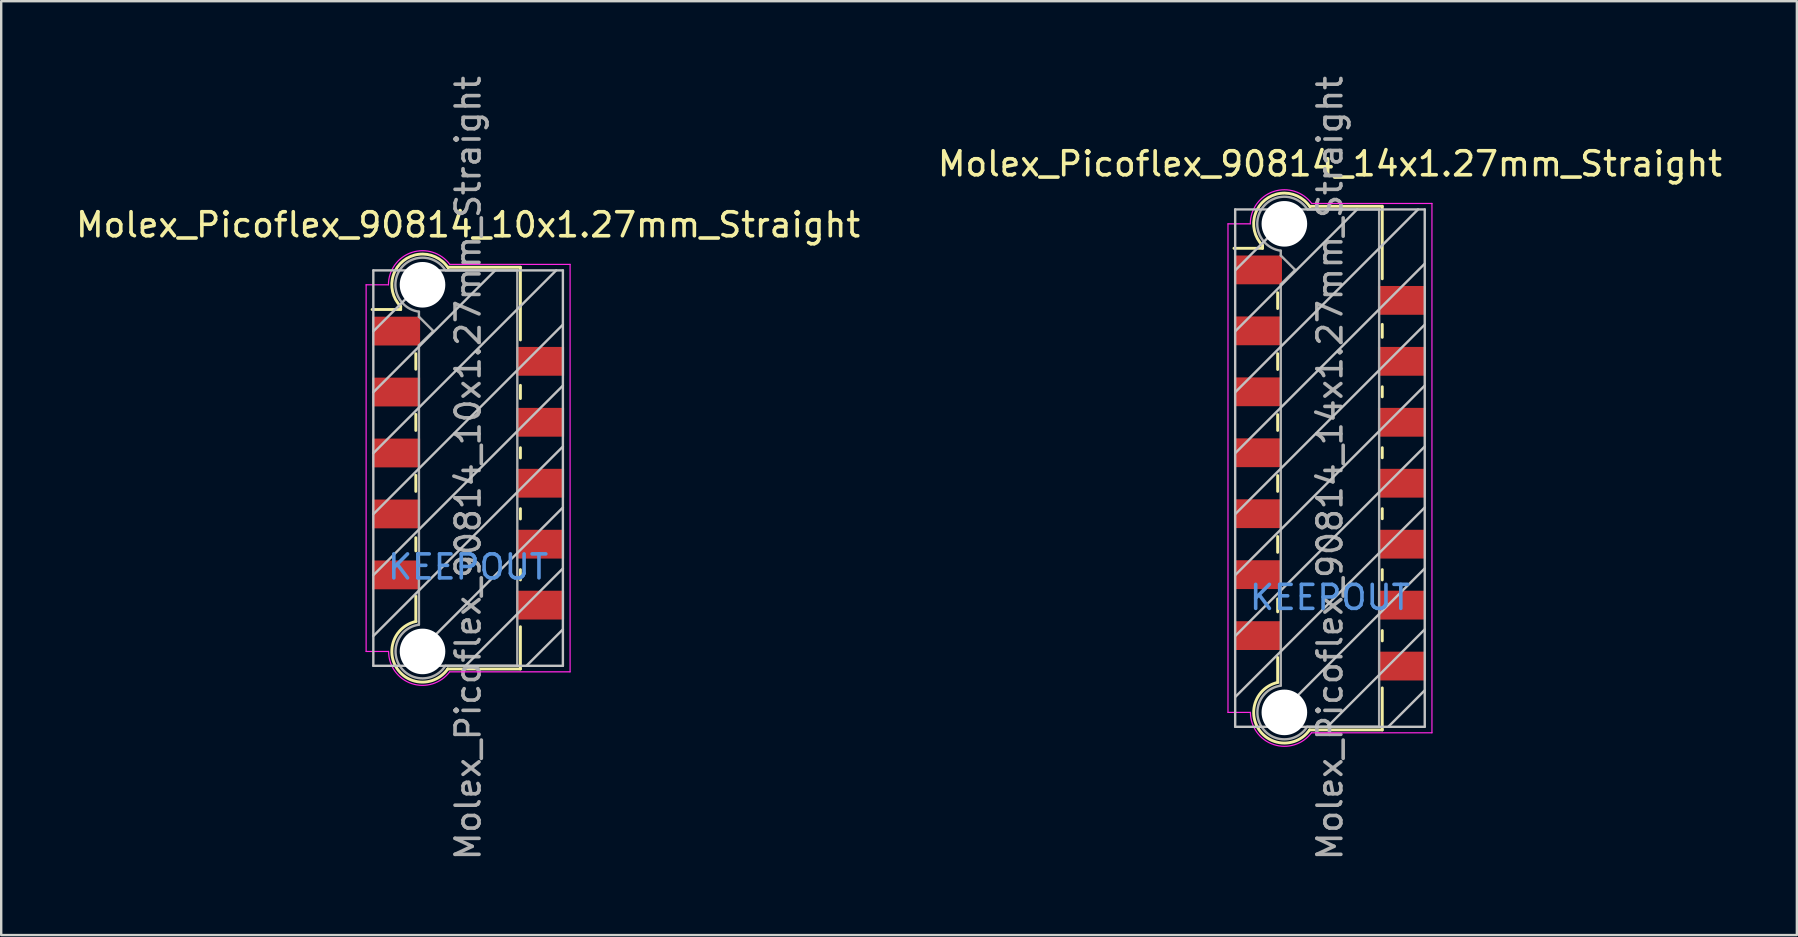
<source format=kicad_pcb>
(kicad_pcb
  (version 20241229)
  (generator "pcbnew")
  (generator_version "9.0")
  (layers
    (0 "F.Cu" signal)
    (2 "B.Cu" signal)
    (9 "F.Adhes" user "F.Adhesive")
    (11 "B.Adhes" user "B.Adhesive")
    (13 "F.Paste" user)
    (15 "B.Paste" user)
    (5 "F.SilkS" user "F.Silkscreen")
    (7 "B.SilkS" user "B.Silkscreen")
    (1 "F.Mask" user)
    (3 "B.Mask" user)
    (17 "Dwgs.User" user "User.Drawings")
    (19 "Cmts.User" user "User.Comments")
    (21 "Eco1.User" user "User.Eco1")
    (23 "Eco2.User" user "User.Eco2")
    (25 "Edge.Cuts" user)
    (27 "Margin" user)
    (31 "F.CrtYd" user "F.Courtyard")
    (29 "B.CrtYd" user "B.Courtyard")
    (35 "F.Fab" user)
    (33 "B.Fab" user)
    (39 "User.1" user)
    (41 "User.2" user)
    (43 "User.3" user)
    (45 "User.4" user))
  (footprint "Molex_Picoflex_90814_14x1.27mm_Straight"
    (layer "F.Cu")
    (at 52.375 16.458)
    (property "Reference" "Molex_Picoflex_90814_14x1.27mm_Straight" (at 0 -12.68 0) (layer "F.SilkS") (effects (font (size 1 1) (thickness 0.15))))
    (attr smd)
    (fp_line (start -2.81 -9.28) (end -2.81 -9.16) (stroke (width 0.12) (type solid)) (layer "F.SilkS"))
    (fp_line (start -2.81 -9.16) (end -4 -9.16) (stroke (width 0.12) (type solid)) (layer "F.SilkS"))
    (fp_line (start -2.18 -6.65) (end -2.18 -7.31) (stroke (width 0.12) (type solid)) (layer "F.SilkS"))
    (fp_line (start -2.18 -4.11) (end -2.18 -4.77) (stroke (width 0.12) (type solid)) (layer "F.SilkS"))
    (fp_line (start -2.18 -1.57) (end -2.18 -2.23) (stroke (width 0.12) (type solid)) (layer "F.SilkS"))
    (fp_line (start -2.18 0.97) (end -2.18 0.31) (stroke (width 0.12) (type solid)) (layer "F.SilkS"))
    (fp_line (start -2.18 3.51) (end -2.18 2.85) (stroke (width 0.12) (type solid)) (layer "F.SilkS"))
    (fp_line (start -2.18 5.99) (end -2.18 5.45) (stroke (width 0.12) (type solid)) (layer "F.SilkS"))
    (fp_line (start -2.18 8.93) (end -2.18 7.89) (stroke (width 0.12) (type solid)) (layer "F.SilkS"))
    (fp_line (start 2.18 -10.91) (end -0.82 -10.91) (stroke (width 0.12) (type solid)) (layer "F.SilkS"))
    (fp_line (start 2.18 -10.91) (end 2.18 -7.89) (stroke (width 0.12) (type solid)) (layer "F.SilkS"))
    (fp_line (start 2.18 -5.99) (end 2.18 -5.45) (stroke (width 0.12) (type solid)) (layer "F.SilkS"))
    (fp_line (start 2.18 -3.39) (end 2.18 -2.97) (stroke (width 0.12) (type solid)) (layer "F.SilkS"))
    (fp_line (start 2.18 -0.85) (end 2.18 -0.43) (stroke (width 0.12) (type solid)) (layer "F.SilkS"))
    (fp_line (start 2.18 1.69) (end 2.18 2.11) (stroke (width 0.12) (type solid)) (layer "F.SilkS"))
    (fp_line (start 2.18 4.23) (end 2.18 4.66) (stroke (width 0.12) (type solid)) (layer "F.SilkS"))
    (fp_line (start 2.18 6.77) (end 2.18 7.2) (stroke (width 0.12) (type solid)) (layer "F.SilkS"))
    (fp_line (start 2.18 9.16) (end 2.18 10.91) (stroke (width 0.12) (type solid)) (layer "F.SilkS"))
    (fp_line (start 2.18 10.91) (end -0.85 10.91) (stroke (width 0.12) (type solid)) (layer "F.SilkS"))
    (fp_arc (start -2.81 -9.28) (mid -2.708637 -11.172072) (end -0.834991 -10.889828) (stroke (width 0.12) (type solid)) (layer "F.SilkS"))
    (fp_arc (start -0.85 10.91) (mid -2.962791 10.891248) (end -2.174424 8.930964) (stroke (width 0.12) (type solid)) (layer "F.SilkS"))
    (fp_line (start -3.95 -10.78) (end -3.95 10.78) (stroke (width 0.1) (type solid)) (layer "Dwgs.User"))
    (fp_line (start -3.95 -8.24) (end -1.41 -10.78) (stroke (width 0.1) (type solid)) (layer "Dwgs.User"))
    (fp_line (start -3.95 -5.7) (end 1.13 -10.78) (stroke (width 0.1) (type solid)) (layer "Dwgs.User"))
    (fp_line (start -3.95 -3.16) (end 3.67 -10.78) (stroke (width 0.1) (type solid)) (layer "Dwgs.User"))
    (fp_line (start -3.95 -0.62) (end 3.95 -8.52) (stroke (width 0.1) (type solid)) (layer "Dwgs.User"))
    (fp_line (start -3.95 1.92) (end 3.95 -5.98) (stroke (width 0.1) (type solid)) (layer "Dwgs.User"))
    (fp_line (start -3.95 4.46) (end 3.95 -3.44) (stroke (width 0.1) (type solid)) (layer "Dwgs.User"))
    (fp_line (start -3.95 7) (end 3.95 -0.9) (stroke (width 0.1) (type solid)) (layer "Dwgs.User"))
    (fp_line (start -3.95 9.54) (end 3.95 1.64) (stroke (width 0.1) (type solid)) (layer "Dwgs.User"))
    (fp_line (start -3.95 10.78) (end 3.95 10.78) (stroke (width 0.1) (type solid)) (layer "Dwgs.User"))
    (fp_line (start -2.65 10.78) (end 3.95 4.18) (stroke (width 0.1) (type solid)) (layer "Dwgs.User"))
    (fp_line (start -0.11 10.78) (end 3.95 6.72) (stroke (width 0.1) (type solid)) (layer "Dwgs.User"))
    (fp_line (start 2.43 10.78) (end 3.95 9.26) (stroke (width 0.1) (type solid)) (layer "Dwgs.User"))
    (fp_line (start 3.95 -10.78) (end -3.95 -10.78) (stroke (width 0.1) (type solid)) (layer "Dwgs.User"))
    (fp_line (start 3.95 10.78) (end 3.95 -10.78) (stroke (width 0.1) (type solid)) (layer "Dwgs.User"))
    (fp_line (start -4.25 10.18) (end -4.25 -10.18) (stroke (width 0.05) (type solid)) (layer "F.CrtYd"))
    (fp_line (start -3.32 -10.18) (end -4.25 -10.18) (stroke (width 0.05) (type solid)) (layer "F.CrtYd"))
    (fp_line (start -3.32 10.18) (end -4.25 10.18) (stroke (width 0.05) (type solid)) (layer "F.CrtYd"))
    (fp_line (start 4.25 -11.03) (end -0.76 -11.03) (stroke (width 0.05) (type solid)) (layer "F.CrtYd"))
    (fp_line (start 4.25 -11.03) (end 4.25 11.03) (stroke (width 0.05) (type solid)) (layer "F.CrtYd"))
    (fp_line (start 4.25 11.03) (end -0.77 11.03) (stroke (width 0.05) (type solid)) (layer "F.CrtYd"))
    (fp_arc (start -3.32 -10.18) (mid -2.344692 -11.528573) (end -0.758523 -11.024648) (stroke (width 0.05) (type solid)) (layer "F.CrtYd"))
    (fp_arc (start -0.77 11.03) (mid -2.348691 11.520924) (end -3.314001 10.178743) (stroke (width 0.05) (type solid)) (layer "F.CrtYd"))
    (fp_line (start -2.05 -8.86) (end -2.05 -9.06) (stroke (width 0.1) (type solid)) (layer "F.Fab"))
    (fp_line (start -2.05 -7.66) (end -1.45 -8.26) (stroke (width 0.1) (type solid)) (layer "F.Fab"))
    (fp_line (start -2.05 9.06) (end -2.05 -7.66) (stroke (width 0.1) (type solid)) (layer "F.Fab"))
    (fp_line (start -1.45 -8.26) (end -2.05 -8.86) (stroke (width 0.1) (type solid)) (layer "F.Fab"))
    (fp_line (start 2.05 -10.78) (end -0.93 -10.78) (stroke (width 0.1) (type solid)) (layer "F.Fab"))
    (fp_line (start 2.05 -10.78) (end 2.05 10.78) (stroke (width 0.1) (type solid)) (layer "F.Fab"))
    (fp_line (start 2.05 10.78) (end -0.95 10.78) (stroke (width 0.1) (type solid)) (layer "F.Fab"))
    (fp_arc (start -2.05 -9.06) (mid -2.851672 -10.789279) (end -0.945612 -10.785015) (stroke (width 0.1) (type solid)) (layer "F.Fab"))
    (fp_arc (start -0.95 10.78) (mid -2.845272 10.787422) (end -2.051022 9.066585) (stroke (width 0.1) (type solid)) (layer "F.Fab"))
    (fp_text user "KEEPOUT" (at 0 5.39 0) (layer "Cmts.User") (effects (font (size 1 1) (thickness 0.15))))
    (fp_text user "${REFERENCE}" (at 0 0 90) (layer "F.Fab") (effects (font (size 1 1) (thickness 0.15))))
    (pad "" np_thru_hole circle (at -1.9 -10.18) (size 1.9 1.9) (drill 1.9) (layers "*.Cu"))
    (pad "" np_thru_hole circle (at -1.9 10.18) (size 1.9 1.9) (drill 1.9) (layers "*.Cu"))
    (pad "1" smd rect (at -3 -8.26) (size 2 1.2) (layers "F.Cu" "F.Mask" "F.Paste"))
    (pad "2" smd rect (at 3 -6.99) (size 2 1.2) (layers "F.Cu" "F.Mask" "F.Paste"))
    (pad "3" smd rect (at -3 -5.72) (size 2 1.2) (layers "F.Cu" "F.Mask" "F.Paste"))
    (pad "4" smd rect (at 3 -4.45) (size 2 1.2) (layers "F.Cu" "F.Mask" "F.Paste"))
    (pad "5" smd rect (at -3 -3.18) (size 2 1.2) (layers "F.Cu" "F.Mask" "F.Paste"))
    (pad "6" smd rect (at 3 -1.91) (size 2 1.2) (layers "F.Cu" "F.Mask" "F.Paste"))
    (pad "7" smd rect (at -3 -0.64) (size 2 1.2) (layers "F.Cu" "F.Mask" "F.Paste"))
    (pad "8" smd rect (at 3 0.63) (size 2 1.2) (layers "F.Cu" "F.Mask" "F.Paste"))
    (pad "9" smd rect (at -3 1.9) (size 2 1.2) (layers "F.Cu" "F.Mask" "F.Paste"))
    (pad "10" smd rect (at 3 3.17) (size 2 1.2) (layers "F.Cu" "F.Mask" "F.Paste"))
    (pad "11" smd rect (at -3 4.44) (size 2 1.2) (layers "F.Cu" "F.Mask" "F.Paste"))
    (pad "12" smd rect (at 3 5.71) (size 2 1.2) (layers "F.Cu" "F.Mask" "F.Paste"))
    (pad "13" smd rect (at -3 6.98) (size 2 1.2) (layers "F.Cu" "F.Mask" "F.Paste"))
    (pad "14" smd rect (at 3 8.25) (size 2 1.2) (layers "F.Cu" "F.Mask" "F.Paste")))
  (footprint "Molex_Picoflex_90814_10x1.27mm_Straight"
    (layer "F.Cu")
    (at 16.458 16.458)
    (property "Reference" "Molex_Picoflex_90814_10x1.27mm_Straight" (at 0 -10.14 0) (layer "F.SilkS") (effects (font (size 1 1) (thickness 0.15))))
    (attr smd)
    (fp_line (start -2.81 -6.74) (end -2.81 -6.61) (stroke (width 0.12) (type solid)) (layer "F.SilkS"))
    (fp_line (start -2.81 -6.61) (end -4 -6.61) (stroke (width 0.12) (type solid)) (layer "F.SilkS"))
    (fp_line (start -2.18 -4.12) (end -2.18 -4.77) (stroke (width 0.12) (type solid)) (layer "F.SilkS"))
    (fp_line (start -2.18 -1.57) (end -2.18 -2.24) (stroke (width 0.12) (type solid)) (layer "F.SilkS"))
    (fp_line (start -2.18 0.97) (end -2.18 0.3) (stroke (width 0.12) (type solid)) (layer "F.SilkS"))
    (fp_line (start -2.18 3.45) (end -2.18 2.9) (stroke (width 0.12) (type solid)) (layer "F.SilkS"))
    (fp_line (start -2.18 6.39) (end -2.18 5.34) (stroke (width 0.12) (type solid)) (layer "F.SilkS"))
    (fp_line (start 2.18 -8.37) (end -0.82 -8.37) (stroke (width 0.12) (type solid)) (layer "F.SilkS"))
    (fp_line (start 2.18 -8.37) (end 2.18 -5.34) (stroke (width 0.12) (type solid)) (layer "F.SilkS"))
    (fp_line (start 2.18 -3.45) (end 2.18 -2.9) (stroke (width 0.12) (type solid)) (layer "F.SilkS"))
    (fp_line (start 2.18 -0.85) (end 2.18 -0.42) (stroke (width 0.12) (type solid)) (layer "F.SilkS"))
    (fp_line (start 2.18 1.69) (end 2.18 2.12) (stroke (width 0.12) (type solid)) (layer "F.SilkS"))
    (fp_line (start 2.18 4.23) (end 2.18 4.66) (stroke (width 0.12) (type solid)) (layer "F.SilkS"))
    (fp_line (start 2.18 6.61) (end 2.18 8.37) (stroke (width 0.12) (type solid)) (layer "F.SilkS"))
    (fp_line (start 2.18 8.37) (end -0.85 8.37) (stroke (width 0.12) (type solid)) (layer "F.SilkS"))
    (fp_arc (start -2.81 -6.74) (mid -2.708637 -8.632072) (end -0.834991 -8.349828) (stroke (width 0.12) (type solid)) (layer "F.SilkS"))
    (fp_arc (start -0.85 8.37) (mid -2.962791 8.351248) (end -2.174424 6.390964) (stroke (width 0.12) (type solid)) (layer "F.SilkS"))
    (fp_line (start -3.95 -8.24) (end -3.95 8.24) (stroke (width 0.1) (type solid)) (layer "Dwgs.User"))
    (fp_line (start -3.95 -5.7) (end -1.41 -8.24) (stroke (width 0.1) (type solid)) (layer "Dwgs.User"))
    (fp_line (start -3.95 -3.16) (end 1.13 -8.24) (stroke (width 0.1) (type solid)) (layer "Dwgs.User"))
    (fp_line (start -3.95 -0.62) (end 3.67 -8.24) (stroke (width 0.1) (type solid)) (layer "Dwgs.User"))
    (fp_line (start -3.95 1.92) (end 3.95 -5.98) (stroke (width 0.1) (type solid)) (layer "Dwgs.User"))
    (fp_line (start -3.95 4.46) (end 3.95 -3.44) (stroke (width 0.1) (type solid)) (layer "Dwgs.User"))
    (fp_line (start -3.95 7) (end 3.95 -0.9) (stroke (width 0.1) (type solid)) (layer "Dwgs.User"))
    (fp_line (start -3.95 8.24) (end 3.95 8.24) (stroke (width 0.1) (type solid)) (layer "Dwgs.User"))
    (fp_line (start -2.65 8.24) (end 3.95 1.64) (stroke (width 0.1) (type solid)) (layer "Dwgs.User"))
    (fp_line (start -0.11 8.24) (end 3.95 4.18) (stroke (width 0.1) (type solid)) (layer "Dwgs.User"))
    (fp_line (start 2.43 8.24) (end 3.95 6.72) (stroke (width 0.1) (type solid)) (layer "Dwgs.User"))
    (fp_line (start 3.95 -8.24) (end -3.95 -8.24) (stroke (width 0.1) (type solid)) (layer "Dwgs.User"))
    (fp_line (start 3.95 8.24) (end 3.95 -8.24) (stroke (width 0.1) (type solid)) (layer "Dwgs.User"))
    (fp_line (start -4.25 7.64) (end -4.25 -7.64) (stroke (width 0.05) (type solid)) (layer "F.CrtYd"))
    (fp_line (start -3.32 -7.64) (end -4.25 -7.64) (stroke (width 0.05) (type solid)) (layer "F.CrtYd"))
    (fp_line (start -3.32 7.64) (end -4.25 7.64) (stroke (width 0.05) (type solid)) (layer "F.CrtYd"))
    (fp_line (start 4.25 -8.49) (end -0.76 -8.49) (stroke (width 0.05) (type solid)) (layer "F.CrtYd"))
    (fp_line (start 4.25 -8.49) (end 4.25 8.49) (stroke (width 0.05) (type solid)) (layer "F.CrtYd"))
    (fp_line (start 4.25 8.49) (end -0.77 8.49) (stroke (width 0.05) (type solid)) (layer "F.CrtYd"))
    (fp_arc (start -3.32 -7.64) (mid -2.344692 -8.988573) (end -0.758523 -8.484648) (stroke (width 0.05) (type solid)) (layer "F.CrtYd"))
    (fp_arc (start -0.77 8.49) (mid -2.348691 8.980924) (end -3.314001 7.638743) (stroke (width 0.05) (type solid)) (layer "F.CrtYd"))
    (fp_line (start -2.05 -6.31) (end -2.05 -6.52) (stroke (width 0.1) (type solid)) (layer "F.Fab"))
    (fp_line (start -2.05 -5.12) (end -1.45 -5.71) (stroke (width 0.1) (type solid)) (layer "F.Fab"))
    (fp_line (start -2.05 6.52) (end -2.05 -5.12) (stroke (width 0.1) (type solid)) (layer "F.Fab"))
    (fp_line (start -1.45 -5.71) (end -2.05 -6.31) (stroke (width 0.1) (type solid)) (layer "F.Fab"))
    (fp_line (start 2.05 -8.24) (end -0.93 -8.24) (stroke (width 0.1) (type solid)) (layer "F.Fab"))
    (fp_line (start 2.05 -8.24) (end 2.05 8.24) (stroke (width 0.1) (type solid)) (layer "F.Fab"))
    (fp_line (start 2.05 8.24) (end -0.95 8.24) (stroke (width 0.1) (type solid)) (layer "F.Fab"))
    (fp_arc (start -2.05 -6.52) (mid -2.851672 -8.249279) (end -0.945612 -8.245015) (stroke (width 0.1) (type solid)) (layer "F.Fab"))
    (fp_arc (start -0.95 8.24) (mid -2.845272 8.247422) (end -2.051022 6.526585) (stroke (width 0.1) (type solid)) (layer "F.Fab"))
    (fp_text user "KEEPOUT" (at 0 4.12 0) (layer "Cmts.User") (effects (font (size 1 1) (thickness 0.15))))
    (fp_text user "${REFERENCE}" (at 0 0 90) (layer "F.Fab") (effects (font (size 1 1) (thickness 0.15))))
    (pad "" np_thru_hole circle (at -1.9 -7.64) (size 1.9 1.9) (drill 1.9) (layers "*.Cu"))
    (pad "" np_thru_hole circle (at -1.9 7.64) (size 1.9 1.9) (drill 1.9) (layers "*.Cu"))
    (pad "1" smd rect (at -3 -5.71) (size 2 1.2) (layers "F.Cu" "F.Mask" "F.Paste"))
    (pad "2" smd rect (at 3 -4.45) (size 2 1.2) (layers "F.Cu" "F.Mask" "F.Paste"))
    (pad "3" smd rect (at -3 -3.17) (size 2 1.2) (layers "F.Cu" "F.Mask" "F.Paste"))
    (pad "4" smd rect (at 3 -1.91) (size 2 1.2) (layers "F.Cu" "F.Mask" "F.Paste"))
    (pad "5" smd rect (at -3 -0.63) (size 2 1.2) (layers "F.Cu" "F.Mask" "F.Paste"))
    (pad "6" smd rect (at 3 0.63) (size 2 1.2) (layers "F.Cu" "F.Mask" "F.Paste"))
    (pad "7" smd rect (at -3 1.91) (size 2 1.2) (layers "F.Cu" "F.Mask" "F.Paste"))
    (pad "8" smd rect (at 3 3.17) (size 2 1.2) (layers "F.Cu" "F.Mask" "F.Paste"))
    (pad "9" smd rect (at -3 4.45) (size 2 1.2) (layers "F.Cu" "F.Mask" "F.Paste"))
    (pad "10" smd rect (at 3 5.71) (size 2 1.2) (layers "F.Cu" "F.Mask" "F.Paste")))
  (gr_rect
    (start -3 -3)
    (end 71.833 35.917)
    (stroke (width 0.1) (type default))
    (fill no)
    (layer "Edge.Cuts")))
</source>
